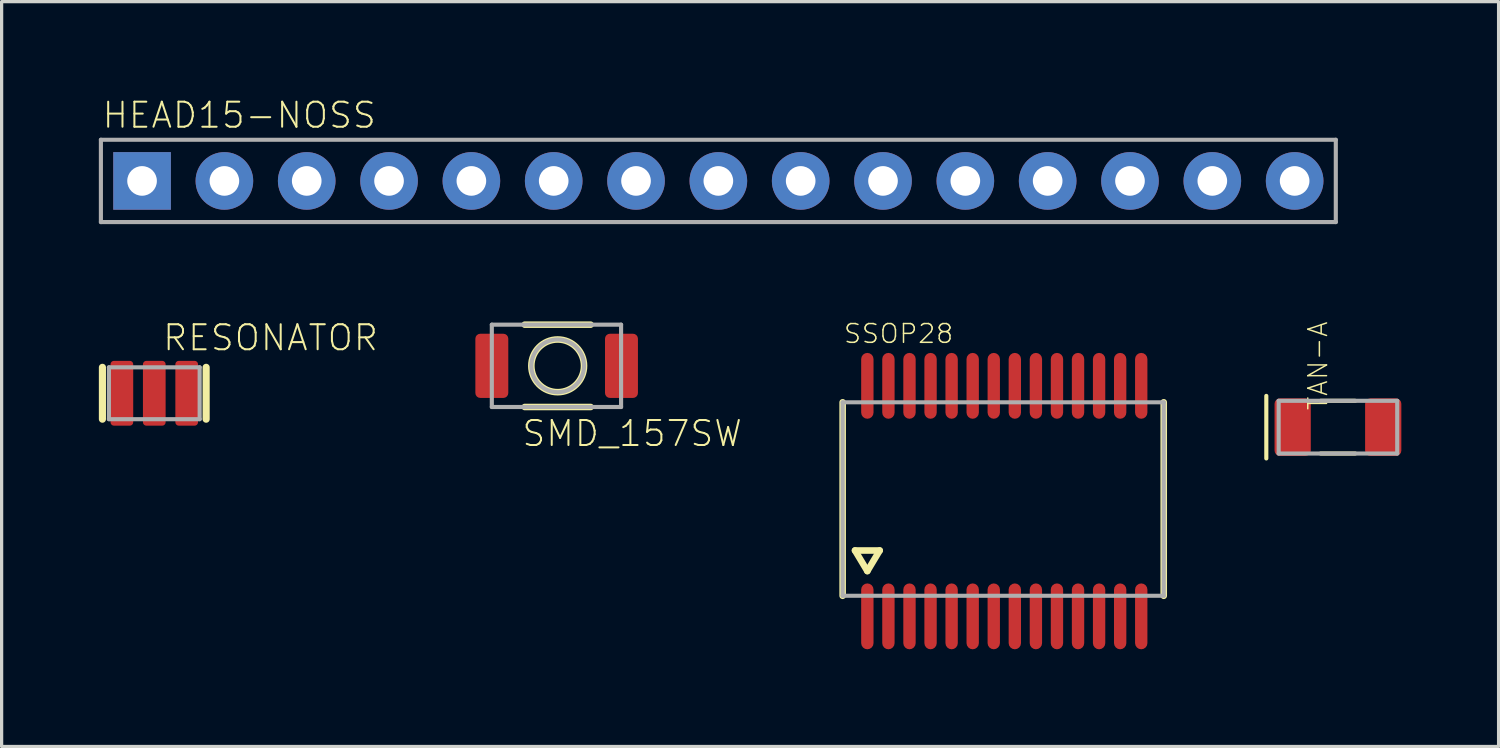
<source format=kicad_pcb>
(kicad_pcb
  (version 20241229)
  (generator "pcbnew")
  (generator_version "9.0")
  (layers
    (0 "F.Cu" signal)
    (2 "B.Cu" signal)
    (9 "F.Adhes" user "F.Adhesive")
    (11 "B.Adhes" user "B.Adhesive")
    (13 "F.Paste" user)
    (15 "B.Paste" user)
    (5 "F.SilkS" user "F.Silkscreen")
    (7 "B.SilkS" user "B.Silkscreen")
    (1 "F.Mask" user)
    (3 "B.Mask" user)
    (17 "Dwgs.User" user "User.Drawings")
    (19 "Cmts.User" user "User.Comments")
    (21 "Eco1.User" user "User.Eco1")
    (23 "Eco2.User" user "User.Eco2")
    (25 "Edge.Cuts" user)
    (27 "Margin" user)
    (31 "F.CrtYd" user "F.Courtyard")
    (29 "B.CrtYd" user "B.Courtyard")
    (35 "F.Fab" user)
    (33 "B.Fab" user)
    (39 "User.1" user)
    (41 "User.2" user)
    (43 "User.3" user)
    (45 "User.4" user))
  (footprint "SMD_157SW"
    (layer "F.Cu")
    (at 12.124 8.237)
    (property "Reference" "SMD_157SW" (at 0.889 2.54 180) (layer "F.SilkS") (effects (font (size 0.772 0.772) (thickness 0.062)) (justify left bottom)))
    (attr through_hole)
    (fp_line (start 1.016 -1.27) (end 3.048 -1.27) (stroke (width 0.203) (type solid)) (layer "F.SilkS"))
    (fp_line (start 1.016 1.27) (end 3.048 1.27) (stroke (width 0.203) (type solid)) (layer "F.SilkS"))
    (fp_circle (center 2.032 0) (end 2.845 0) (stroke (width 0.203) (type solid)) (fill no) (layer "F.SilkS"))
    (fp_line (start 0 -1.27) (end 3.988 -1.27) (stroke (width 0.127) (type solid)) (layer "F.Fab"))
    (fp_line (start 0 1.27) (end 0 -1.27) (stroke (width 0.127) (type solid)) (layer "F.Fab"))
    (fp_line (start 3.988 -1.27) (end 3.988 1.27) (stroke (width 0.127) (type solid)) (layer "F.Fab"))
    (fp_line (start 3.988 1.27) (end 0 1.27) (stroke (width 0.127) (type solid)) (layer "F.Fab"))
    (fp_circle (center 2.032 0) (end 2.845 0) (stroke (width 0.127) (type solid)) (fill no) (layer "F.Fab"))
    (pad "1" smd roundrect (at 0 0) (size 1.016 1.981) (layers "F.Cu" "F.Mask" "F.Paste") (roundrect_rratio 0.15))
    (pad "2" smd roundrect (at 4 0) (size 1.016 1.981) (layers "F.Cu" "F.Mask" "F.Paste") (roundrect_rratio 0.15)))
  (footprint "HEAD15-NOSS"
    (layer "F.Cu")
    (at 1.333 2.532)
    (property "Reference" "HEAD15-NOSS" (at -1.27 -1.575 180) (layer "F.SilkS") (effects (font (size 0.772 0.772) (thickness 0.062)) (justify left bottom)))
    (attr through_hole)
    (fp_line (start -1.27 -1.27) (end 36.83 -1.27) (stroke (width 0.127) (type solid)) (layer "F.Fab"))
    (fp_line (start -1.27 1.27) (end -1.27 -1.27) (stroke (width 0.127) (type solid)) (layer "F.Fab"))
    (fp_line (start 36.83 -1.27) (end 36.83 1.27) (stroke (width 0.127) (type solid)) (layer "F.Fab"))
    (fp_line (start 36.83 1.27) (end -1.27 1.27) (stroke (width 0.127) (type solid)) (layer "F.Fab"))
    (pad "1" thru_hole rect (at 0 0) (size 1.778 1.778) (drill 0.914) (layers "*.Cu" "*.Mask"))
    (pad "2" thru_hole circle (at 2.54 0) (size 1.778 1.778) (drill 0.914) (layers "*.Cu" "*.Mask"))
    (pad "3" thru_hole circle (at 5.08 0) (size 1.778 1.778) (drill 0.914) (layers "*.Cu" "*.Mask"))
    (pad "4" thru_hole circle (at 7.62 0) (size 1.778 1.778) (drill 0.914) (layers "*.Cu" "*.Mask"))
    (pad "5" thru_hole circle (at 10.16 0) (size 1.778 1.778) (drill 0.914) (layers "*.Cu" "*.Mask"))
    (pad "6" thru_hole circle (at 12.7 0) (size 1.778 1.778) (drill 0.914) (layers "*.Cu" "*.Mask"))
    (pad "7" thru_hole circle (at 15.24 0) (size 1.778 1.778) (drill 0.914) (layers "*.Cu" "*.Mask"))
    (pad "8" thru_hole circle (at 17.78 0) (size 1.778 1.778) (drill 0.914) (layers "*.Cu" "*.Mask"))
    (pad "9" thru_hole circle (at 20.32 0) (size 1.778 1.778) (drill 0.914) (layers "*.Cu" "*.Mask"))
    (pad "10" thru_hole circle (at 22.86 0) (size 1.778 1.778) (drill 0.914) (layers "*.Cu" "*.Mask"))
    (pad "11" thru_hole circle (at 25.4 0) (size 1.778 1.778) (drill 0.914) (layers "*.Cu" "*.Mask"))
    (pad "12" thru_hole circle (at 27.94 0) (size 1.778 1.778) (drill 0.914) (layers "*.Cu" "*.Mask"))
    (pad "13" thru_hole circle (at 30.48 0) (size 1.778 1.778) (drill 0.914) (layers "*.Cu" "*.Mask"))
    (pad "14" thru_hole circle (at 33.02 0) (size 1.778 1.778) (drill 0.914) (layers "*.Cu" "*.Mask"))
    (pad "15" thru_hole circle (at 35.56 0) (size 1.778 1.778) (drill 0.914) (layers "*.Cu" "*.Mask")))
  (footprint "SSOP28"
    (layer "F.Cu")
    (at 23.71 15.966)
    (property "Reference" "SSOP28" (at -0.762 -8.382 180) (layer "F.SilkS") (effects (font (size 0.579 0.579) (thickness 0.046)) (justify left bottom)))
    (attr through_hole)
    (fp_line (start -0.762 -0.635) (end -0.762 -6.604) (stroke (width 0.203) (type solid)) (layer "F.SilkS"))
    (fp_line (start -0.381 -2.032) (end 0.381 -2.032) (stroke (width 0.203) (type solid)) (layer "F.SilkS"))
    (fp_line (start 0 -1.397) (end -0.381 -2.032) (stroke (width 0.203) (type solid)) (layer "F.SilkS"))
    (fp_line (start 0.381 -2.032) (end 0 -1.397) (stroke (width 0.203) (type solid)) (layer "F.SilkS"))
    (fp_line (start 9.144 -0.635) (end 9.144 -6.604) (stroke (width 0.203) (type solid)) (layer "F.SilkS"))
    (fp_line (start -0.762 -6.604) (end 9.144 -6.604) (stroke (width 0.127) (type solid)) (layer "F.Fab"))
    (fp_line (start -0.762 -0.635) (end -0.762 -6.604) (stroke (width 0.127) (type solid)) (layer "F.Fab"))
    (fp_line (start 9.144 -6.604) (end 9.144 -0.635) (stroke (width 0.127) (type solid)) (layer "F.Fab"))
    (fp_line (start 9.144 -0.635) (end -0.762 -0.635) (stroke (width 0.127) (type solid)) (layer "F.Fab"))
    (pad "1" smd roundrect (at 0 0) (size 0.381 2.032) (layers "F.Cu" "F.Mask" "F.Paste") (roundrect_rratio 0.5))
    (pad "2" smd roundrect (at 0.65 0) (size 0.381 2.032) (layers "F.Cu" "F.Mask" "F.Paste") (roundrect_rratio 0.5))
    (pad "3" smd roundrect (at 1.3 0) (size 0.381 2.032) (layers "F.Cu" "F.Mask" "F.Paste") (roundrect_rratio 0.5))
    (pad "4" smd roundrect (at 1.95 0) (size 0.381 2.032) (layers "F.Cu" "F.Mask" "F.Paste") (roundrect_rratio 0.5))
    (pad "5" smd roundrect (at 2.6 0) (size 0.381 2.032) (layers "F.Cu" "F.Mask" "F.Paste") (roundrect_rratio 0.5))
    (pad "6" smd roundrect (at 3.25 0) (size 0.381 2.032) (layers "F.Cu" "F.Mask" "F.Paste") (roundrect_rratio 0.5))
    (pad "7" smd roundrect (at 3.9 0) (size 0.381 2.032) (layers "F.Cu" "F.Mask" "F.Paste") (roundrect_rratio 0.5))
    (pad "8" smd roundrect (at 4.55 0) (size 0.381 2.032) (layers "F.Cu" "F.Mask" "F.Paste") (roundrect_rratio 0.5))
    (pad "9" smd roundrect (at 5.2 0) (size 0.381 2.032) (layers "F.Cu" "F.Mask" "F.Paste") (roundrect_rratio 0.5))
    (pad "10" smd roundrect (at 5.85 0) (size 0.381 2.032) (layers "F.Cu" "F.Mask" "F.Paste") (roundrect_rratio 0.5))
    (pad "11" smd roundrect (at 6.5 0) (size 0.381 2.032) (layers "F.Cu" "F.Mask" "F.Paste") (roundrect_rratio 0.5))
    (pad "12" smd roundrect (at 7.15 0) (size 0.381 2.032) (layers "F.Cu" "F.Mask" "F.Paste") (roundrect_rratio 0.5))
    (pad "13" smd roundrect (at 7.8 0) (size 0.381 2.032) (layers "F.Cu" "F.Mask" "F.Paste") (roundrect_rratio 0.5))
    (pad "14" smd roundrect (at 8.45 0) (size 0.381 2.032) (layers "F.Cu" "F.Mask" "F.Paste") (roundrect_rratio 0.5))
    (pad "15" smd roundrect (at 8.45 -7.112) (size 0.381 2.032) (layers "F.Cu" "F.Mask" "F.Paste") (roundrect_rratio 0.5))
    (pad "16" smd roundrect (at 7.8 -7.112) (size 0.381 2.032) (layers "F.Cu" "F.Mask" "F.Paste") (roundrect_rratio 0.5))
    (pad "17" smd roundrect (at 7.15 -7.112) (size 0.381 2.032) (layers "F.Cu" "F.Mask" "F.Paste") (roundrect_rratio 0.5))
    (pad "18" smd roundrect (at 6.5 -7.112) (size 0.381 2.032) (layers "F.Cu" "F.Mask" "F.Paste") (roundrect_rratio 0.5))
    (pad "19" smd roundrect (at 5.85 -7.112) (size 0.381 2.032) (layers "F.Cu" "F.Mask" "F.Paste") (roundrect_rratio 0.5))
    (pad "20" smd roundrect (at 5.2 -7.112) (size 0.381 2.032) (layers "F.Cu" "F.Mask" "F.Paste") (roundrect_rratio 0.5))
    (pad "21" smd roundrect (at 4.55 -7.112) (size 0.381 2.032) (layers "F.Cu" "F.Mask" "F.Paste") (roundrect_rratio 0.5))
    (pad "22" smd roundrect (at 3.9 -7.112) (size 0.381 2.032) (layers "F.Cu" "F.Mask" "F.Paste") (roundrect_rratio 0.5))
    (pad "23" smd roundrect (at 3.25 -7.112) (size 0.381 2.032) (layers "F.Cu" "F.Mask" "F.Paste") (roundrect_rratio 0.5))
    (pad "24" smd roundrect (at 2.6 -7.112) (size 0.381 2.032) (layers "F.Cu" "F.Mask" "F.Paste") (roundrect_rratio 0.5))
    (pad "25" smd roundrect (at 1.95 -7.112) (size 0.381 2.032) (layers "F.Cu" "F.Mask" "F.Paste") (roundrect_rratio 0.5))
    (pad "26" smd roundrect (at 1.3 -7.112) (size 0.381 2.032) (layers "F.Cu" "F.Mask" "F.Paste") (roundrect_rratio 0.5))
    (pad "27" smd roundrect (at 0.65 -7.112) (size 0.381 2.032) (layers "F.Cu" "F.Mask" "F.Paste") (roundrect_rratio 0.5))
    (pad "28" smd roundrect (at 0 -7.112) (size 0.381 2.032) (layers "F.Cu" "F.Mask" "F.Paste") (roundrect_rratio 0.5)))
  (footprint "TAN-A"
    (layer "F.Cu")
    (at 36.832 10.129)
    (property "Reference" "TAN-A" (at 1.118 -0.483 270) (layer "F.SilkS") (effects (font (size 0.579 0.579) (thickness 0.046)) (justify left bottom)))
    (attr through_hole)
    (fp_line (start -0.813 -0.965) (end -0.813 0.965) (stroke (width 0.127) (type solid)) (layer "F.SilkS"))
    (fp_line (start 0.864 -0.813) (end 1.93 -0.813) (stroke (width 0.127) (type solid)) (layer "F.SilkS"))
    (fp_line (start 0.864 0.813) (end 1.93 0.813) (stroke (width 0.127) (type solid)) (layer "F.SilkS"))
    (fp_line (start -0.432 -0.813) (end 3.226 -0.813) (stroke (width 0.127) (type solid)) (layer "F.Fab"))
    (fp_line (start -0.432 0.813) (end -0.432 -0.813) (stroke (width 0.127) (type solid)) (layer "F.Fab"))
    (fp_line (start 3.226 -0.813) (end 3.226 0.813) (stroke (width 0.127) (type solid)) (layer "F.Fab"))
    (fp_line (start 3.226 0.813) (end -0.432 0.813) (stroke (width 0.127) (type solid)) (layer "F.Fab"))
    (pad "1" smd roundrect (at 0 0) (size 1.118 1.778) (layers "F.Cu" "F.Mask" "F.Paste") (roundrect_rratio 0.15))
    (pad "2" smd roundrect (at 2.794 0) (size 1.118 1.778) (layers "F.Cu" "F.Mask" "F.Paste") (roundrect_rratio 0.15)))
  (footprint "RESONATOR"
    (layer "F.Cu")
    (at 1.71 9.083)
    (property "Reference" "RESONATOR" (at 0.22 -1.26 180) (layer "F.SilkS") (effects (font (size 0.772 0.772) (thickness 0.062)) (justify left bottom)))
    (attr through_hole)
    (fp_line (start -1.6 -0.8) (end -1.6 0.8) (stroke (width 0.22) (type solid)) (layer "F.SilkS"))
    (fp_line (start 1.6 -0.8) (end 1.6 0.8) (stroke (width 0.22) (type solid)) (layer "F.SilkS"))
    (fp_line (start -1.4 -0.8) (end 1.4 -0.8) (stroke (width 0.127) (type solid)) (layer "F.Fab"))
    (fp_line (start -1.4 0.8) (end -1.4 -0.8) (stroke (width 0.127) (type solid)) (layer "F.Fab"))
    (fp_line (start 1.4 -0.8) (end 1.4 0.8) (stroke (width 0.127) (type solid)) (layer "F.Fab"))
    (fp_line (start 1.4 0.8) (end -1.4 0.8) (stroke (width 0.127) (type solid)) (layer "F.Fab"))
    (pad "1" smd roundrect (at -1 0 90) (size 2 0.7) (layers "F.Cu" "F.Mask" "F.Paste") (roundrect_rratio 0.15))
    (pad "2" smd roundrect (at 0 0 90) (size 2 0.7) (layers "F.Cu" "F.Mask" "F.Paste") (roundrect_rratio 0.15))
    (pad "3" smd roundrect (at 1 0 90) (size 2 0.7) (layers "F.Cu" "F.Mask" "F.Paste") (roundrect_rratio 0.15)))
  (gr_rect
    (start -3 -3)
    (end 43.185 19.982)
    (stroke (width 0.1) (type default))
    (fill no)
    (layer "Edge.Cuts")))
</source>
